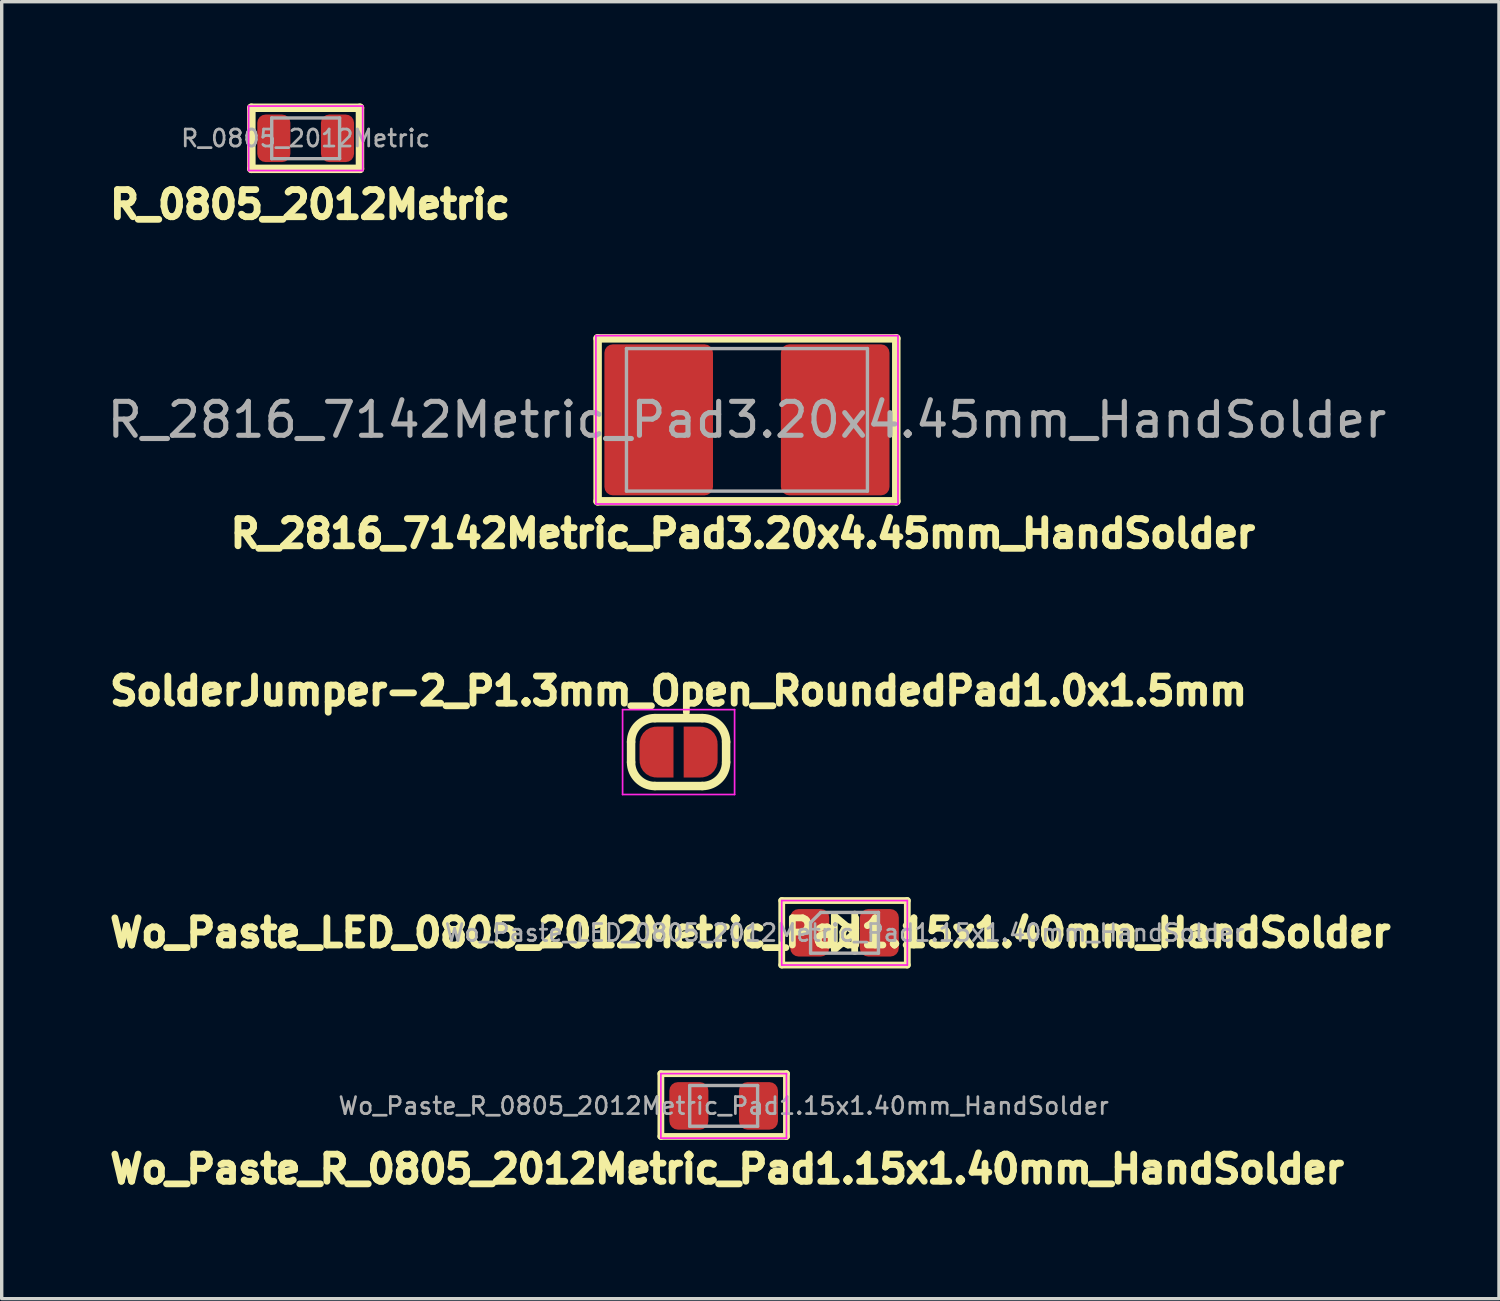
<source format=kicad_pcb>
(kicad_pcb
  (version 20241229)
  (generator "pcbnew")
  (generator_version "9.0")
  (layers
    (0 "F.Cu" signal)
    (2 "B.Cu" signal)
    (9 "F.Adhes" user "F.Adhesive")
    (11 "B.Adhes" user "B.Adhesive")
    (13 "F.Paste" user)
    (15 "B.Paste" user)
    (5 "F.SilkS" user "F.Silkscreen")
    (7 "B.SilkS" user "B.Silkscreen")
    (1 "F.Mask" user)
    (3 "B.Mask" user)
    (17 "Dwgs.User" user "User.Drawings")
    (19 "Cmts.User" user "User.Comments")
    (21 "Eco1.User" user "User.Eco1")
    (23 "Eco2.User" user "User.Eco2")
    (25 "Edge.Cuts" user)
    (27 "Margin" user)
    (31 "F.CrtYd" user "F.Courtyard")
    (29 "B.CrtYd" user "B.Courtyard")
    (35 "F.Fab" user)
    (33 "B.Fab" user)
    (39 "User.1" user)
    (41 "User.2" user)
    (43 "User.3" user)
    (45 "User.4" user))
  (footprint "SolderJumper-2_P1.3mm_Open_RoundedPad1.0x1.5mm"
    (layer "F.Cu")
    (at 16.944 19.109)
    (property "Reference" "SolderJumper-2_P1.3mm_Open_RoundedPad1.0x1.5mm" (at 0 -1.8 0) (layer "F.SilkS") (effects (font (size 0.8 0.8) (thickness 0.2))))
    (attr exclude_from_pos_files exclude_from_bom)
    (fp_line (start -1.4 0.3) (end -1.4 -0.3) (stroke (width 0.25) (type solid)) (layer "F.SilkS"))
    (fp_line (start -0.7 -1) (end 0.7 -1) (stroke (width 0.25) (type solid)) (layer "F.SilkS"))
    (fp_line (start 0.7 1) (end -0.7 1) (stroke (width 0.25) (type solid)) (layer "F.SilkS"))
    (fp_line (start 1.4 -0.3) (end 1.4 0.3) (stroke (width 0.25) (type solid)) (layer "F.SilkS"))
    (fp_arc (start -1.4 -0.3) (mid -1.194975 -0.794975) (end -0.7 -1) (stroke (width 0.25) (type solid)) (layer "F.SilkS"))
    (fp_arc (start -0.7 1) (mid -1.194975 0.794975) (end -1.4 0.3) (stroke (width 0.25) (type solid)) (layer "F.SilkS"))
    (fp_arc (start 0.7 -1) (mid 1.194975 -0.794975) (end 1.4 -0.3) (stroke (width 0.25) (type solid)) (layer "F.SilkS"))
    (fp_arc (start 1.4 0.3) (mid 1.194975 0.794975) (end 0.7 1) (stroke (width 0.25) (type solid)) (layer "F.SilkS"))
    (fp_line (start -1.65 -1.25) (end -1.65 1.25) (stroke (width 0.05) (type solid)) (layer "F.CrtYd"))
    (fp_line (start -1.65 -1.25) (end 1.65 -1.25) (stroke (width 0.05) (type solid)) (layer "F.CrtYd"))
    (fp_line (start 1.65 1.25) (end -1.65 1.25) (stroke (width 0.05) (type solid)) (layer "F.CrtYd"))
    (fp_line (start 1.65 1.25) (end 1.65 -1.25) (stroke (width 0.05) (type solid)) (layer "F.CrtYd"))
    (pad "1" smd custom (at -0.65 0) (size 1 0.5) (layers "F.Cu" "F.Mask") (options (anchor rect)) (primitives (gr_circle (center 0 0.25) (end 0.5 0.25) (width 0) (fill yes)) (gr_circle (center 0 -0.25) (end 0.5 -0.25) (width 0) (fill yes)) (gr_poly (pts (xy 0 -0.75) (xy 0.5 -0.75) (xy 0.5 0.75) (xy 0 0.75)) (width 0) (fill yes))))
    (pad "2" smd custom (at 0.65 0) (size 1 0.5) (layers "F.Cu" "F.Mask") (options (anchor rect)) (primitives (gr_circle (center 0 0.25) (end 0.5 0.25) (width 0) (fill yes)) (gr_circle (center 0 -0.25) (end 0.5 -0.25) (width 0) (fill yes)) (gr_poly (pts (xy 0 -0.75) (xy -0.5 -0.75) (xy -0.5 0.75) (xy 0 0.75)) (width 0) (fill yes)))))
  (footprint "R_2816_7142Metric_Pad3.20x4.45mm_HandSolder"
    (layer "F.Cu")
    (at 18.958 9.32)
    (property "Reference" "R_2816_7142Metric_Pad3.20x4.45mm_HandSolder" (at -0.12 3.351 0) (layer "F.SilkS") (effects (font (size 0.8 0.8) (thickness 0.2))))
    (attr smd)
    (fp_line (start -4.4 -2.4) (end 4.4 -2.4) (stroke (width 0.25) (type solid)) (layer "F.SilkS"))
    (fp_line (start -4.4 2.4) (end -4.4 -2.4) (stroke (width 0.25) (type solid)) (layer "F.SilkS"))
    (fp_line (start 4.4 -2.4) (end 4.4 2.4) (stroke (width 0.25) (type solid)) (layer "F.SilkS"))
    (fp_line (start 4.4 2.4) (end -4.4 2.4) (stroke (width 0.25) (type solid)) (layer "F.SilkS"))
    (fp_line (start -4.45 -2.48) (end 4.45 -2.48) (stroke (width 0.05) (type solid)) (layer "F.CrtYd"))
    (fp_line (start -4.45 2.48) (end -4.45 -2.48) (stroke (width 0.05) (type solid)) (layer "F.CrtYd"))
    (fp_line (start 4.45 -2.48) (end 4.45 2.48) (stroke (width 0.05) (type solid)) (layer "F.CrtYd"))
    (fp_line (start 4.45 2.48) (end -4.45 2.48) (stroke (width 0.05) (type solid)) (layer "F.CrtYd"))
    (fp_line (start -3.55 -2.1) (end 3.55 -2.1) (stroke (width 0.1) (type solid)) (layer "F.Fab"))
    (fp_line (start -3.55 2.1) (end -3.55 -2.1) (stroke (width 0.1) (type solid)) (layer "F.Fab"))
    (fp_line (start 3.55 -2.1) (end 3.55 2.1) (stroke (width 0.1) (type solid)) (layer "F.Fab"))
    (fp_line (start 3.55 2.1) (end -3.55 2.1) (stroke (width 0.1) (type solid)) (layer "F.Fab"))
    (fp_text user "${REFERENCE}" (at 0 0 0) (layer "F.Fab") (effects (font (size 1 1) (thickness 0.15))))
    (pad "1" smd roundrect (at -2.6 0) (size 3.2 4.45) (layers "F.Cu" "F.Mask" "F.Paste") (roundrect_rratio 0.078))
    (pad "2" smd roundrect (at 2.6 0) (size 3.2 4.45) (layers "F.Cu" "F.Mask" "F.Paste") (roundrect_rratio 0.078)))
  (footprint "R_0805_2012Metric"
    (layer "F.Cu")
    (at 5.956 1.025)
    (property "Reference" "R_0805_2012Metric" (at 0.13 1.951 0) (layer "F.SilkS") (effects (font (size 0.8 0.8) (thickness 0.2))))
    (attr smd)
    (fp_line (start -1.6 -0.9) (end -1.6 0.9) (stroke (width 0.25) (type solid)) (layer "F.SilkS"))
    (fp_line (start -1.6 0.9) (end 1.6 0.9) (stroke (width 0.25) (type solid)) (layer "F.SilkS"))
    (fp_line (start 1.6 -0.9) (end -1.6 -0.9) (stroke (width 0.25) (type solid)) (layer "F.SilkS"))
    (fp_line (start 1.6 0.9) (end 1.6 -0.9) (stroke (width 0.25) (type solid)) (layer "F.SilkS"))
    (fp_line (start -1.68 -0.95) (end 1.68 -0.95) (stroke (width 0.05) (type solid)) (layer "F.CrtYd"))
    (fp_line (start -1.68 0.95) (end -1.68 -0.95) (stroke (width 0.05) (type solid)) (layer "F.CrtYd"))
    (fp_line (start 1.68 -0.95) (end 1.68 0.95) (stroke (width 0.05) (type solid)) (layer "F.CrtYd"))
    (fp_line (start 1.68 0.95) (end -1.68 0.95) (stroke (width 0.05) (type solid)) (layer "F.CrtYd"))
    (fp_line (start -1 -0.6) (end 1 -0.6) (stroke (width 0.1) (type solid)) (layer "F.Fab"))
    (fp_line (start -1 0.6) (end -1 -0.6) (stroke (width 0.1) (type solid)) (layer "F.Fab"))
    (fp_line (start 1 -0.6) (end 1 0.6) (stroke (width 0.1) (type solid)) (layer "F.Fab"))
    (fp_line (start 1 0.6) (end -1 0.6) (stroke (width 0.1) (type solid)) (layer "F.Fab"))
    (fp_text user "${REFERENCE}" (at 0 0 0) (layer "F.Fab") (effects (font (size 0.5 0.5) (thickness 0.08))))
    (pad "1" smd roundrect (at -0.938 0) (size 0.975 1.4) (layers "F.Cu" "F.Mask" "F.Paste") (roundrect_rratio 0.25))
    (pad "2" smd roundrect (at 0.938 0) (size 0.975 1.4) (layers "F.Cu" "F.Mask" "F.Paste") (roundrect_rratio 0.25)))
  (footprint "Wo_Paste_R_0805_2012Metric_Pad1.15x1.40mm_HandSolder"
    (layer "F.Cu")
    (at 18.272 29.534)
    (property "Reference" "Wo_Paste_R_0805_2012Metric_Pad1.15x1.40mm_HandSolder" (at 0.1 1.861 0) (layer "F.SilkS") (effects (font (size 0.8 0.8) (thickness 0.2))))
    (attr smd)
    (fp_line (start -1.85 -0.95) (end -1.85 0.9) (stroke (width 0.2) (type solid)) (layer "F.SilkS"))
    (fp_line (start -1.85 0.9) (end 1.85 0.9) (stroke (width 0.2) (type solid)) (layer "F.SilkS"))
    (fp_line (start 1.85 -0.95) (end -1.85 -0.95) (stroke (width 0.2) (type solid)) (layer "F.SilkS"))
    (fp_line (start 1.85 0.9) (end 1.85 -0.95) (stroke (width 0.2) (type solid)) (layer "F.SilkS"))
    (fp_line (start -1.85 -0.95) (end 1.85 -0.95) (stroke (width 0.05) (type solid)) (layer "F.CrtYd"))
    (fp_line (start -1.85 0.95) (end -1.85 -0.95) (stroke (width 0.05) (type solid)) (layer "F.CrtYd"))
    (fp_line (start 1.85 -0.95) (end 1.85 0.95) (stroke (width 0.05) (type solid)) (layer "F.CrtYd"))
    (fp_line (start 1.85 0.95) (end -1.85 0.95) (stroke (width 0.05) (type solid)) (layer "F.CrtYd"))
    (fp_line (start -1 -0.6) (end 1 -0.6) (stroke (width 0.1) (type solid)) (layer "F.Fab"))
    (fp_line (start -1 0.6) (end -1 -0.6) (stroke (width 0.1) (type solid)) (layer "F.Fab"))
    (fp_line (start 1 -0.6) (end 1 0.6) (stroke (width 0.1) (type solid)) (layer "F.Fab"))
    (fp_line (start 1 0.6) (end -1 0.6) (stroke (width 0.1) (type solid)) (layer "F.Fab"))
    (fp_text user "${REFERENCE}" (at 0 0 0) (layer "F.Fab") (effects (font (size 0.5 0.5) (thickness 0.08))))
    (pad "1" smd roundrect (at -1.025 0) (size 1.15 1.4) (layers "F.Cu" "F.Mask") (roundrect_rratio 0.217))
    (pad "2" smd roundrect (at 1.025 0) (size 1.15 1.4) (layers "F.Cu" "F.Mask") (roundrect_rratio 0.217)))
  (footprint "Wo_Paste_LED_0805_2012Metric_Pad1.15x1.40mm_HandSolder"
    (layer "F.Cu")
    (at 21.833 24.434)
    (property "Reference" "Wo_Paste_LED_0805_2012Metric_Pad1.15x1.40mm_HandSolder" (at -2.775 0 0) (layer "F.SilkS") (effects (font (size 0.8 0.8) (thickness 0.2))))
    (attr smd)
    (fp_line (start -1.85 -0.95) (end 1.85 -0.95) (stroke (width 0.2) (type solid)) (layer "F.SilkS"))
    (fp_line (start -1.85 0.95) (end -1.85 -0.95) (stroke (width 0.2) (type solid)) (layer "F.SilkS"))
    (fp_line (start -0.3 -0.5) (end -0.3 0.5) (stroke (width 0.2) (type solid)) (layer "F.SilkS"))
    (fp_line (start -0.3 0.5) (end 0.3 0) (stroke (width 0.2) (type solid)) (layer "F.SilkS"))
    (fp_line (start 0.3 -0.55) (end 0.3 0.55) (stroke (width 0.2) (type solid)) (layer "F.SilkS"))
    (fp_line (start 0.3 0) (end -0.3 -0.5) (stroke (width 0.2) (type solid)) (layer "F.SilkS"))
    (fp_line (start 1.85 -0.95) (end 1.85 0.95) (stroke (width 0.2) (type solid)) (layer "F.SilkS"))
    (fp_line (start 1.85 0.95) (end -1.85 0.95) (stroke (width 0.2) (type solid)) (layer "F.SilkS"))
    (fp_line (start -1.85 -0.95) (end 1.85 -0.95) (stroke (width 0.05) (type solid)) (layer "F.CrtYd"))
    (fp_line (start -1.85 0.95) (end -1.85 -0.95) (stroke (width 0.05) (type solid)) (layer "F.CrtYd"))
    (fp_line (start 1.85 -0.95) (end 1.85 0.95) (stroke (width 0.05) (type solid)) (layer "F.CrtYd"))
    (fp_line (start 1.85 0.95) (end -1.85 0.95) (stroke (width 0.05) (type solid)) (layer "F.CrtYd"))
    (fp_line (start -1 -0.3) (end -1 0.6) (stroke (width 0.1) (type solid)) (layer "F.Fab"))
    (fp_line (start -1 0.6) (end 1 0.6) (stroke (width 0.1) (type solid)) (layer "F.Fab"))
    (fp_line (start -0.7 -0.6) (end -1 -0.3) (stroke (width 0.1) (type solid)) (layer "F.Fab"))
    (fp_line (start 1 -0.6) (end -0.7 -0.6) (stroke (width 0.1) (type solid)) (layer "F.Fab"))
    (fp_line (start 1 0.6) (end 1 -0.6) (stroke (width 0.1) (type solid)) (layer "F.Fab"))
    (fp_text user "${REFERENCE}" (at 0 0 0) (layer "F.Fab") (effects (font (size 0.5 0.5) (thickness 0.08))))
    (pad "1" smd roundrect (at -1.025 0) (size 1.15 1.4) (layers "F.Cu" "F.Mask") (roundrect_rratio 0.217))
    (pad "2" smd roundrect (at 1.025 0) (size 1.15 1.4) (layers "F.Cu" "F.Mask") (roundrect_rratio 0.217)))
  (gr_rect
    (start -3 -3)
    (end 41.116 35.214)
    (stroke (width 0.1) (type default))
    (fill no)
    (layer "Edge.Cuts")))
</source>
